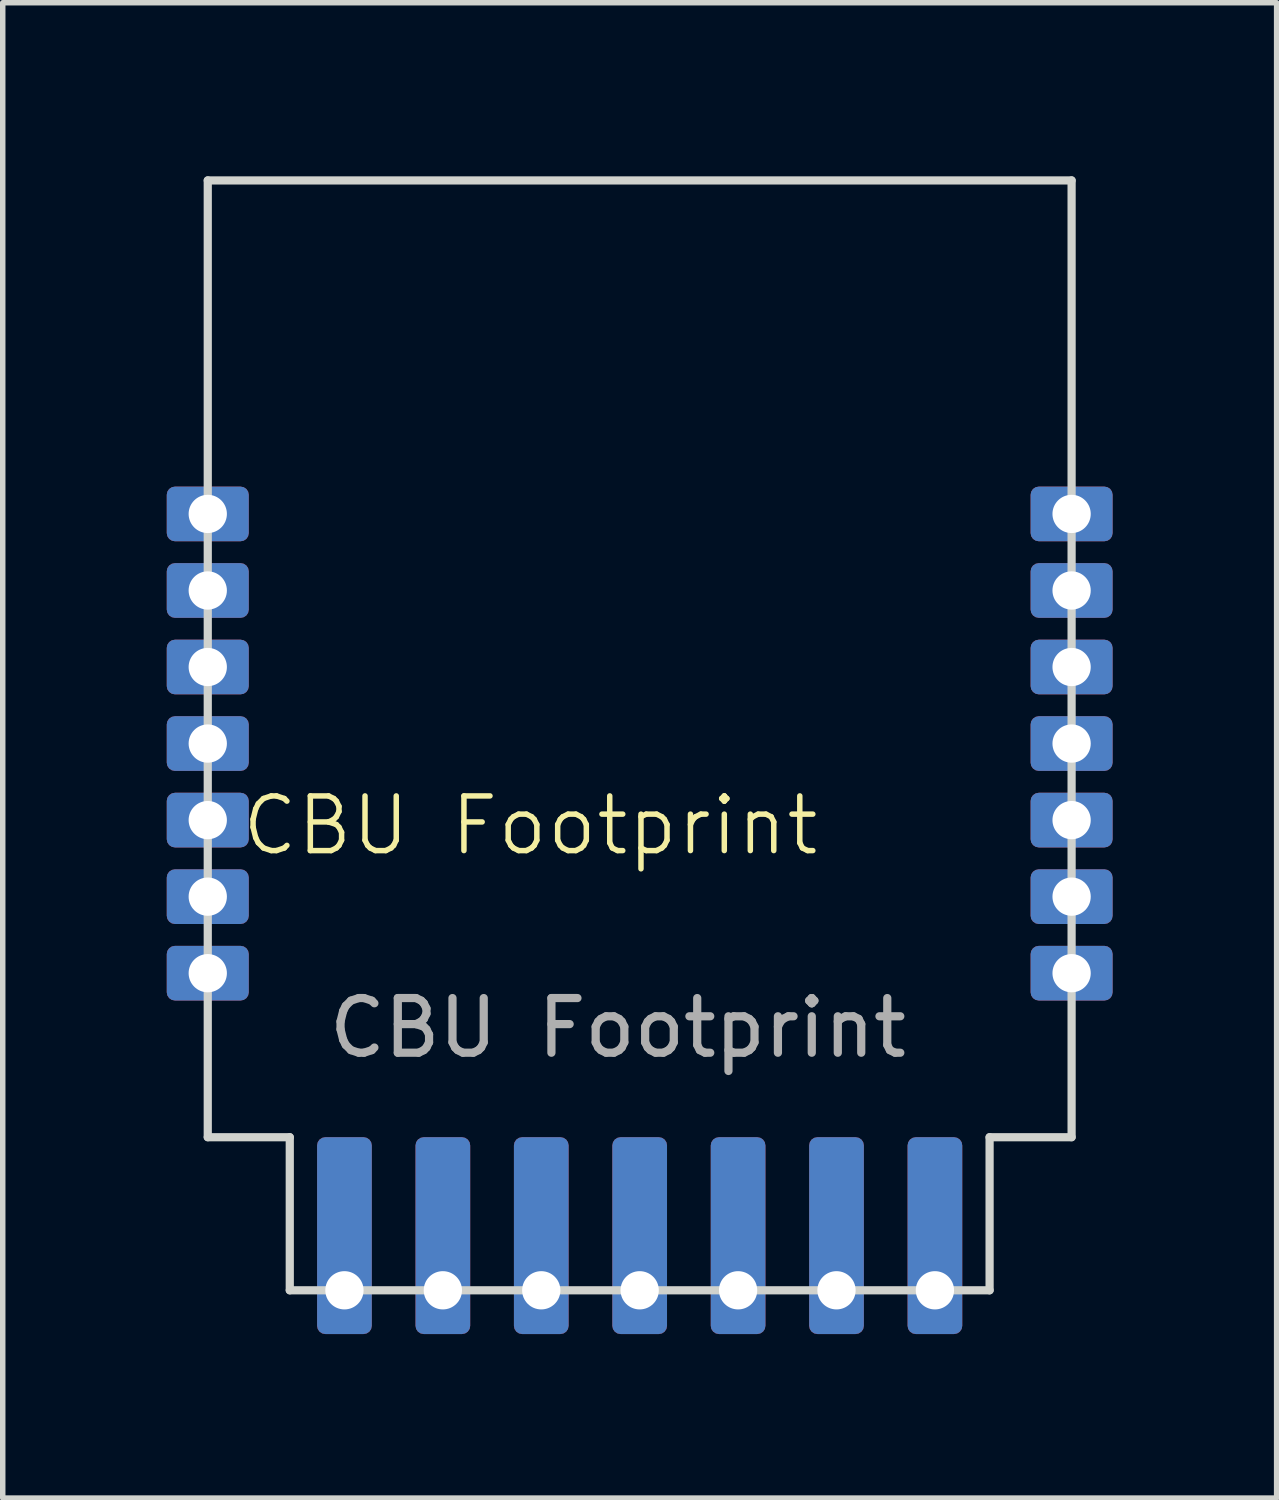
<source format=kicad_pcb>
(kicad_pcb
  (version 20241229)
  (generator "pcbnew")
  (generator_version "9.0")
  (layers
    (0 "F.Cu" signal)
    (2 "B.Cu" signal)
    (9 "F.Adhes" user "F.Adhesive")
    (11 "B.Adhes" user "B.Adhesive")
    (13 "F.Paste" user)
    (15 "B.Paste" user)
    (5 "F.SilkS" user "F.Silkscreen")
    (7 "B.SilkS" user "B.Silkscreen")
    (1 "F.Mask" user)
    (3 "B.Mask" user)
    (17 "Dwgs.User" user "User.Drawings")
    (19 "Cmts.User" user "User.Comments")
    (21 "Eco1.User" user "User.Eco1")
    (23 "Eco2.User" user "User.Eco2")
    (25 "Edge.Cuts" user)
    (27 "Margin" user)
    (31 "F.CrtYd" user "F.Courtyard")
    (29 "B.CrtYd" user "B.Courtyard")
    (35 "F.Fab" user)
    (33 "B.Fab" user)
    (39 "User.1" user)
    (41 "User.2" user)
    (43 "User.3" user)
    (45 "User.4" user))
  (footprint "CBU Footprint"
    (layer "F.Cu")
    (at 0.75 0.25)
    (property "Reference" "CBU Footprint" (at 5.9 11.8 0) (unlocked yes) (layer "F.SilkS") (effects (font (size 1 1) (thickness 0.1))))
    (attr smd)
    (fp_line (start 0 0) (end 0 17.5) (stroke (width 0.15) (type solid)) (layer "Edge.Cuts"))
    (fp_line (start 1.5 17.5) (end 0 17.5) (stroke (width 0.15) (type solid)) (layer "Edge.Cuts"))
    (fp_line (start 1.5 20.3) (end 1.5 17.5) (stroke (width 0.15) (type solid)) (layer "Edge.Cuts"))
    (fp_line (start 14.3 17.5) (end 15.8 17.5) (stroke (width 0.15) (type solid)) (layer "Edge.Cuts"))
    (fp_line (start 14.3 20.3) (end 1.5 20.3) (stroke (width 0.15) (type solid)) (layer "Edge.Cuts"))
    (fp_line (start 14.3 20.3) (end 14.3 17.5) (stroke (width 0.15) (type solid)) (layer "Edge.Cuts"))
    (fp_line (start 15.8 0) (end 0 0) (stroke (width 0.15) (type solid)) (layer "Edge.Cuts"))
    (fp_line (start 15.8 17.5) (end 15.8 0) (stroke (width 0.15) (type solid)) (layer "Edge.Cuts"))
    (fp_text user "${REFERENCE}" (at 7.5 15.5 0) (unlocked yes) (layer "F.Fab") (effects (font (size 1 1) (thickness 0.15))))
    (pad "1" thru_hole roundrect (at 0 6.1) (size 1.5 1) (drill 0.7) (property pad_prop_castellated) (layers "*.Cu" "*.Mask") (roundrect_rratio 0.15))
    (pad "2" thru_hole roundrect (at 0 7.5) (size 1.5 1) (drill 0.7) (property pad_prop_castellated) (layers "*.Cu" "*.Mask") (roundrect_rratio 0.15))
    (pad "3" thru_hole roundrect (at 0 8.9) (size 1.5 1) (drill 0.7) (property pad_prop_castellated) (layers "*.Cu" "*.Mask") (roundrect_rratio 0.15))
    (pad "4" thru_hole roundrect (at 0 10.3) (size 1.5 1) (drill 0.7) (property pad_prop_castellated) (layers "*.Cu" "*.Mask") (roundrect_rratio 0.15))
    (pad "5" thru_hole roundrect (at 0 11.7) (size 1.5 1) (drill 0.7) (property pad_prop_castellated) (layers "*.Cu" "*.Mask") (roundrect_rratio 0.15))
    (pad "6" thru_hole roundrect (at 0 13.1) (size 1.5 1) (drill 0.7) (property pad_prop_castellated) (layers "*.Cu" "*.Mask") (roundrect_rratio 0.15))
    (pad "7" thru_hole roundrect (at 0 14.5) (size 1.5 1) (drill 0.7) (property pad_prop_castellated) (layers "*.Cu" "*.Mask") (roundrect_rratio 0.15))
    (pad "8" thru_hole roundrect (at 2.5 20.3 270) (size 3.6 1) (drill 0.7 (offset -1 0)) (property pad_prop_castellated) (layers "*.Cu" "*.Mask") (roundrect_rratio 0.15))
    (pad "9" thru_hole roundrect (at 4.3 20.3 270) (size 3.6 1) (drill 0.7 (offset -1 0)) (property pad_prop_castellated) (layers "*.Cu" "*.Mask") (roundrect_rratio 0.15))
    (pad "10" thru_hole roundrect (at 6.1 20.3 270) (size 3.6 1) (drill 0.7 (offset -1 0)) (property pad_prop_castellated) (layers "*.Cu" "*.Mask") (roundrect_rratio 0.15))
    (pad "11" thru_hole roundrect (at 7.9 20.3 270) (size 3.6 1) (drill 0.7 (offset -1 0)) (property pad_prop_castellated) (layers "*.Cu" "*.Mask") (roundrect_rratio 0.15))
    (pad "12" thru_hole roundrect (at 9.7 20.3 270) (size 3.6 1) (drill 0.7 (offset -1 0)) (property pad_prop_castellated) (layers "*.Cu" "*.Mask") (roundrect_rratio 0.15))
    (pad "13" thru_hole roundrect (at 11.5 20.3 270) (size 3.6 1) (drill 0.7 (offset -1 0)) (property pad_prop_castellated) (layers "*.Cu" "*.Mask") (roundrect_rratio 0.15))
    (pad "14" thru_hole roundrect (at 13.3 20.3 270) (size 3.6 1) (drill 0.7 (offset -1 0)) (property pad_prop_castellated) (layers "*.Cu" "*.Mask") (roundrect_rratio 0.15))
    (pad "15" thru_hole roundrect (at 15.8 14.5) (size 1.5 1) (drill 0.7) (property pad_prop_castellated) (layers "*.Cu" "*.Mask") (roundrect_rratio 0.15))
    (pad "16" thru_hole roundrect (at 15.8 13.1) (size 1.5 1) (drill 0.7) (property pad_prop_castellated) (layers "*.Cu" "*.Mask") (roundrect_rratio 0.15))
    (pad "17" thru_hole roundrect (at 15.8 11.7) (size 1.5 1) (drill 0.7) (property pad_prop_castellated) (layers "*.Cu" "*.Mask") (roundrect_rratio 0.15))
    (pad "18" thru_hole roundrect (at 15.8 10.3) (size 1.5 1) (drill 0.7) (property pad_prop_castellated) (layers "*.Cu" "*.Mask") (roundrect_rratio 0.15))
    (pad "19" thru_hole roundrect (at 15.8 8.9) (size 1.5 1) (drill 0.7) (property pad_prop_castellated) (layers "*.Cu" "*.Mask") (roundrect_rratio 0.15))
    (pad "20" thru_hole roundrect (at 15.8 7.5) (size 1.5 1) (drill 0.7) (property pad_prop_castellated) (layers "*.Cu" "*.Mask") (roundrect_rratio 0.15))
    (pad "21" thru_hole roundrect (at 15.8 6.1) (size 1.5 1) (drill 0.7) (property pad_prop_castellated) (layers "*.Cu" "*.Mask") (roundrect_rratio 0.15)))
  (gr_rect
    (start -3 -3)
    (end 20.3 24.35)
    (stroke (width 0.1) (type default))
    (fill no)
    (layer "Edge.Cuts")))
</source>
